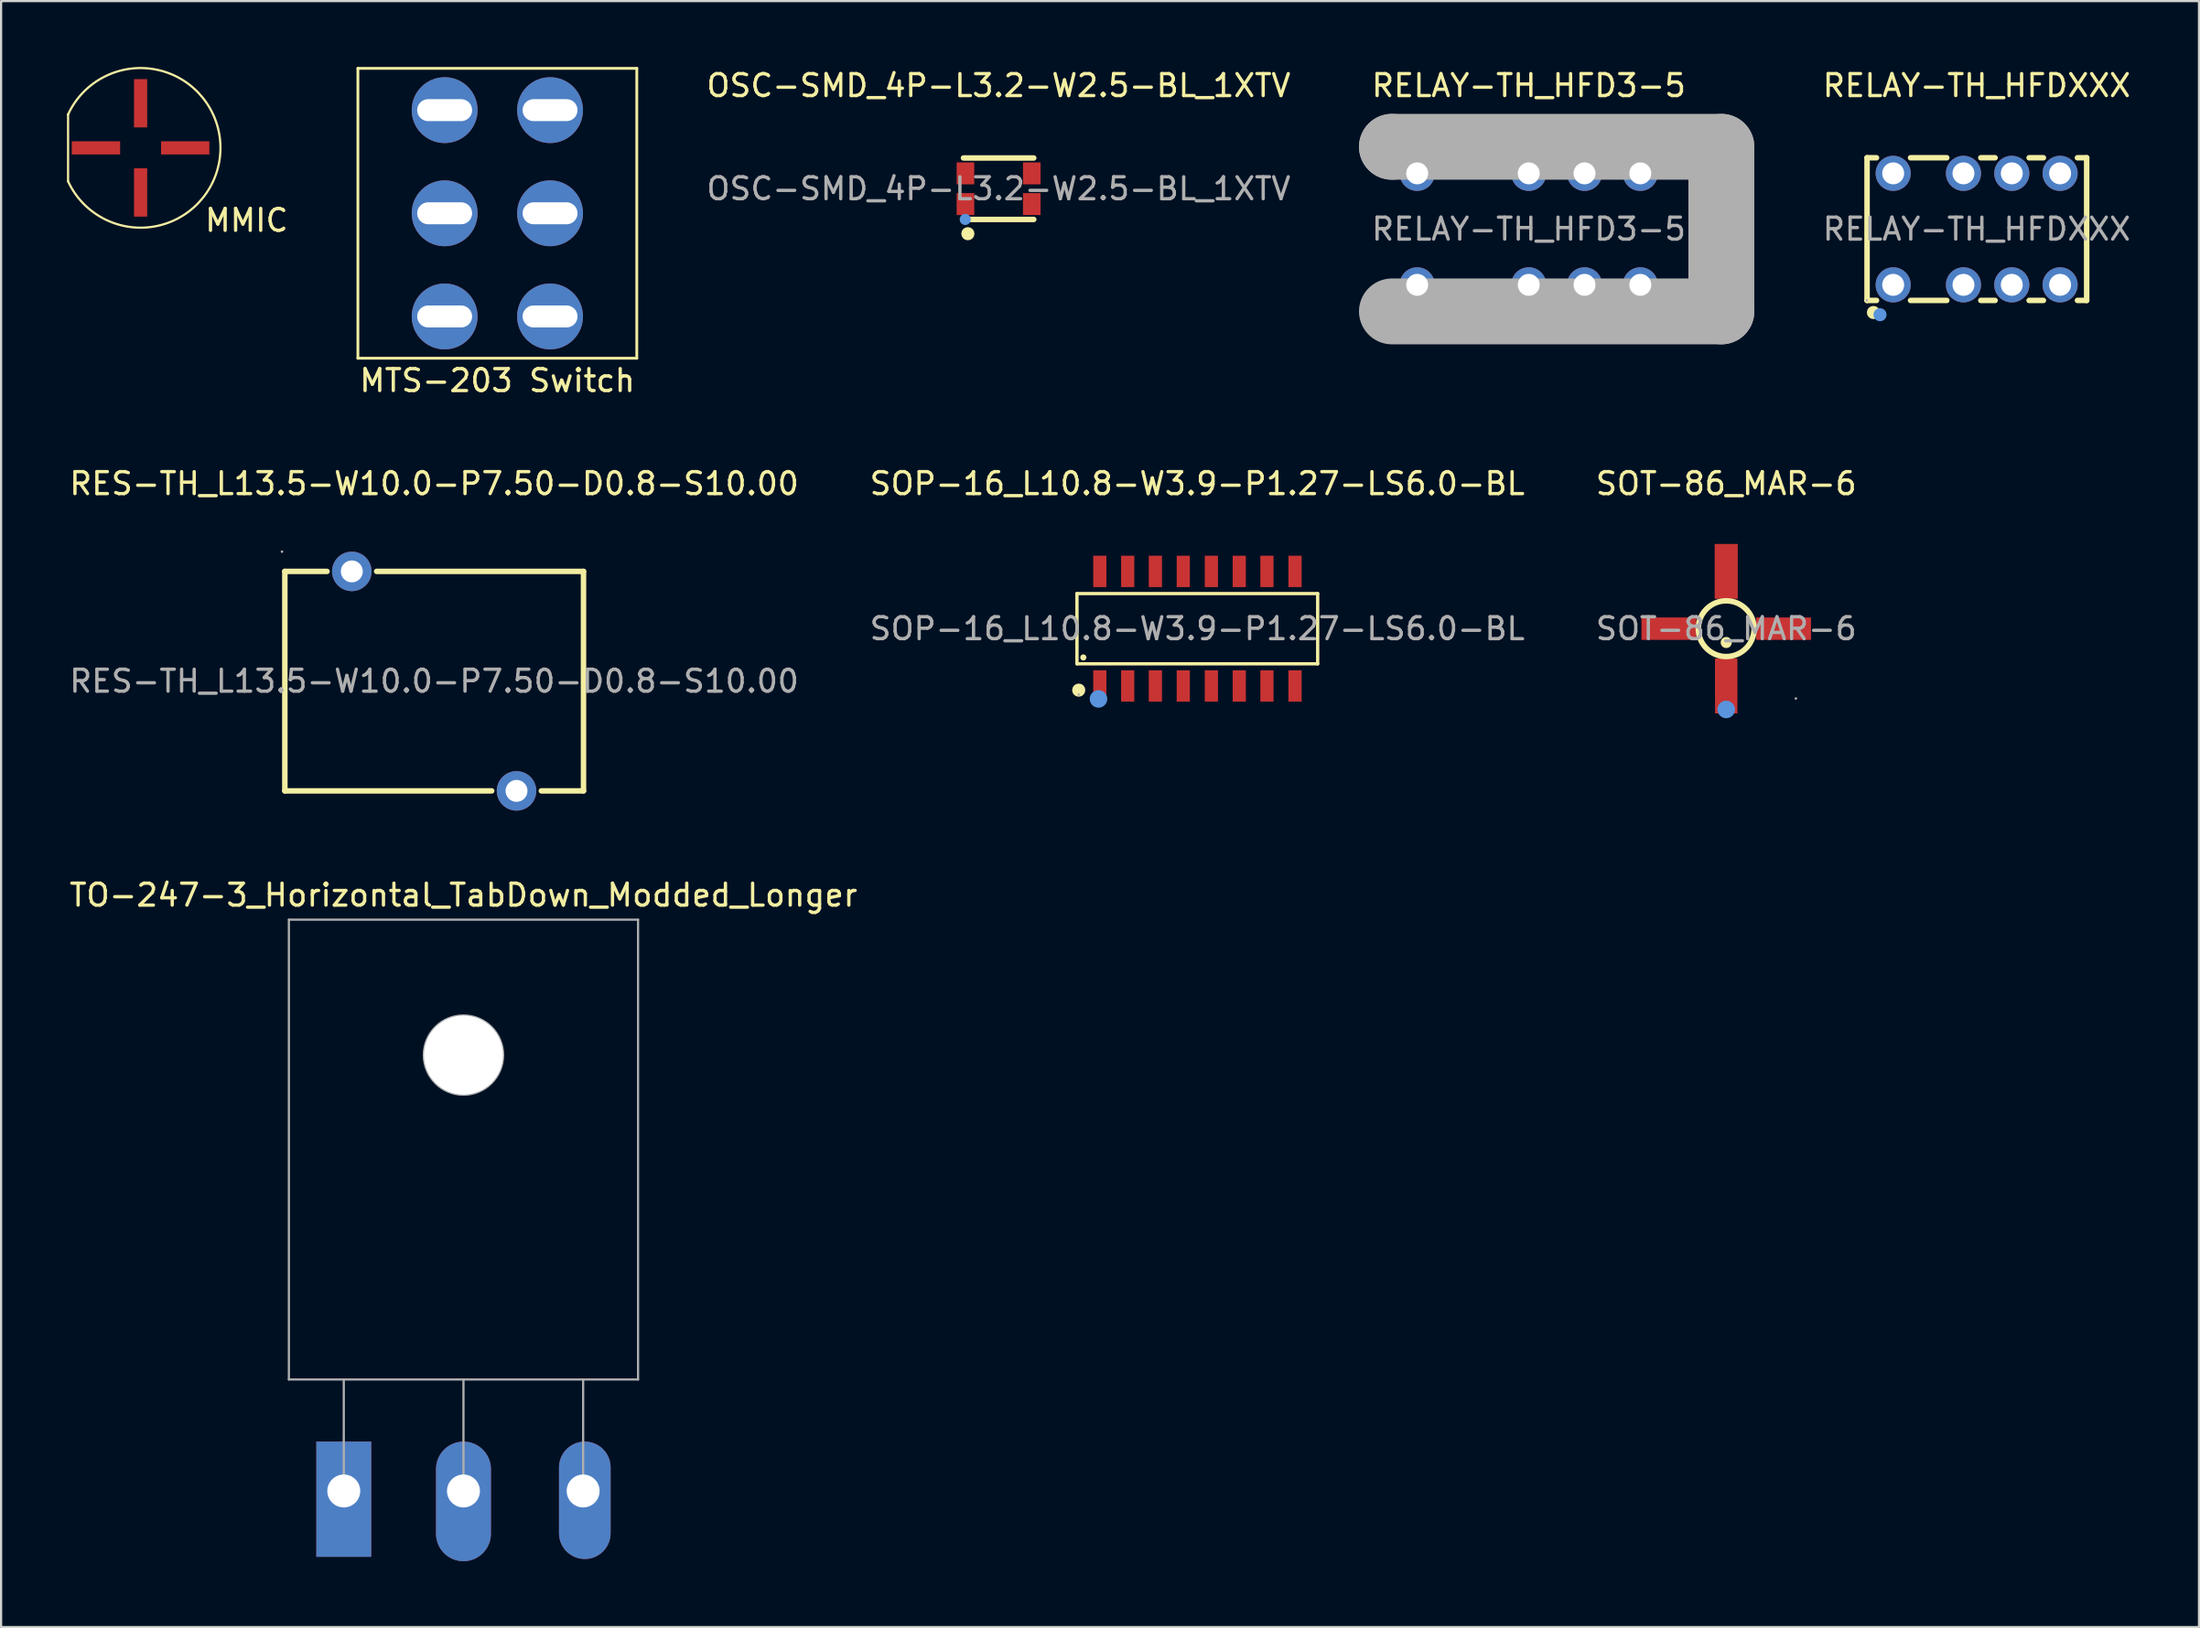
<source format=kicad_pcb>
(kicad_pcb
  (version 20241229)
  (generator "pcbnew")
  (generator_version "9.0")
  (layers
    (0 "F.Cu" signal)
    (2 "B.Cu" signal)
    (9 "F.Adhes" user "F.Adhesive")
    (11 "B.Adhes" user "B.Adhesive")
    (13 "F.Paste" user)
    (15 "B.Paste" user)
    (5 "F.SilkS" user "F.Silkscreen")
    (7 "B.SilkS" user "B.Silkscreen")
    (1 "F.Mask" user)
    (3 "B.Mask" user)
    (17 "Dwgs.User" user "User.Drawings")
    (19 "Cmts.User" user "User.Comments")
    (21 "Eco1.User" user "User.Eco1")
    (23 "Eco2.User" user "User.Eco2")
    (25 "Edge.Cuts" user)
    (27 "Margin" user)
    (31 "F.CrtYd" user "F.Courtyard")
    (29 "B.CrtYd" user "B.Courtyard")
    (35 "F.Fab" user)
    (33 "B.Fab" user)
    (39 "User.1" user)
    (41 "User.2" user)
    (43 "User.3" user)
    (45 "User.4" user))
  (footprint "MMIC"
    (layer "F.Cu")
    (at 3.352 3.687)
    (property "Reference" "MMIC" (at 4.826 3.302 0) (layer "F.SilkS") (effects (font (size 1 1) (thickness 0.15))))
    (attr through_hole)
    (fp_line (start -3.302 -1.524) (end -3.302 1.524) (stroke (width 0.1) (type default)) (layer "F.SilkS"))
    (fp_arc (start -3.302 -1.524) (mid 3.636727 0) (end -3.302 1.524) (stroke (width 0.1) (type default)) (layer "F.SilkS"))
    (pad "1" smd rect (at -2.032 0 90) (size 0.6 2.2) (layers "F.Cu" "F.Mask" "F.Paste"))
    (pad "2" smd rect (at 0 2.032) (size 0.6 2.2) (layers "F.Cu" "F.Mask" "F.Paste"))
    (pad "3" smd rect (at 2.032 0 90) (size 0.6 2.2) (layers "F.Cu" "F.Mask" "F.Paste"))
    (pad "4" smd rect (at 0 -2.032) (size 0.6 2.2) (layers "F.Cu" "F.Mask" "F.Paste")))
  (footprint "RES-TH_L13.5-W10.0-P7.50-D0.8-S10.00"
    (layer "F.Cu")
    (at 16.72 27.984)
    (property "Reference" "RES-TH_L13.5-W10.0-P7.50-D0.8-S10.00" (at 0 -9 0) (layer "F.SilkS") (effects (font (size 1 1) (thickness 0.15))))
    (attr through_hole)
    (fp_line (start -6.8 -5) (end -6.8 5) (stroke (width 0.25) (type solid)) (layer "F.SilkS"))
    (fp_line (start -6.8 -5) (end -4.88 -5) (stroke (width 0.25) (type solid)) (layer "F.SilkS"))
    (fp_line (start -6.8 5) (end 2.62 5) (stroke (width 0.25) (type solid)) (layer "F.SilkS"))
    (fp_line (start -2.62 -5) (end 6.8 -5) (stroke (width 0.25) (type solid)) (layer "F.SilkS"))
    (fp_line (start 4.88 5) (end 6.8 5) (stroke (width 0.25) (type solid)) (layer "F.SilkS"))
    (fp_line (start 6.8 -5) (end 6.8 5) (stroke (width 0.25) (type solid)) (layer "F.SilkS"))
    (fp_circle (center -6.93 -5.9) (end -6.9 -5.9) (stroke (width 0.06) (type solid)) (fill no) (layer "F.Fab"))
    (fp_circle (center -3.75 -5) (end -3.55 -5) (stroke (width 0.4) (type solid)) (fill no) (layer "F.Fab"))
    (fp_circle (center 3.75 5) (end 3.95 5) (stroke (width 0.4) (type solid)) (fill no) (layer "F.Fab"))
    (fp_text user "${REFERENCE}" (at 0 0 0) (layer "F.Fab") (effects (font (size 1 1) (thickness 0.15))))
    (pad "1" thru_hole circle (at -3.75 -5) (size 1.8 1.8) (drill 1) (layers "*.Cu" "*.Mask"))
    (pad "2" thru_hole circle (at 3.75 5) (size 1.8 1.8) (drill 1) (layers "*.Cu" "*.Mask")))
  (footprint "MTS-203 Switch"
    (layer "F.Cu")
    (at 19.597 6.668)
    (property "Reference" "MTS-203 Switch" (at 0 7.62 0) (layer "F.SilkS") (effects (font (size 1 1) (thickness 0.15))))
    (attr through_hole)
    (fp_line (start -6.35 -6.604) (end 6.35 -6.604) (stroke (width 0.127) (type solid)) (layer "F.SilkS"))
    (fp_line (start -6.35 6.604) (end -6.35 -6.604) (stroke (width 0.127) (type solid)) (layer "F.SilkS"))
    (fp_line (start 6.35 -6.604) (end 6.35 6.604) (stroke (width 0.127) (type solid)) (layer "F.SilkS"))
    (fp_line (start 6.35 6.604) (end -6.35 6.604) (stroke (width 0.127) (type solid)) (layer "F.SilkS"))
    (pad "1" thru_hole circle (at -2.4 -4.7) (size 3 3) (drill oval 2.5 1) (layers "*.Cu" "*.Mask"))
    (pad "2" thru_hole circle (at -2.4 0) (size 3 3) (drill oval 2.5 1) (layers "*.Cu" "*.Mask"))
    (pad "3" thru_hole circle (at -2.4 4.7) (size 3 3) (drill oval 2.5 1) (layers "*.Cu" "*.Mask"))
    (pad "4" thru_hole circle (at 2.4 -4.7) (size 3 3) (drill oval 2.5 1) (layers "*.Cu" "*.Mask"))
    (pad "5" thru_hole circle (at 2.4 0) (size 3 3) (drill oval 2.5 1) (layers "*.Cu" "*.Mask"))
    (pad "6" thru_hole circle (at 2.4 4.7) (size 3 3) (drill oval 2.5 1) (layers "*.Cu" "*.Mask")))
  (footprint "SOP-16_L10.8-W3.9-P1.27-LS6.0-BL"
    (layer "F.Cu")
    (at 51.47 25.594)
    (property "Reference" "SOP-16_L10.8-W3.9-P1.27-LS6.0-BL" (at 0 -6.61 0) (layer "F.SilkS") (effects (font (size 1 1) (thickness 0.15))))
    (attr through_hole)
    (fp_line (start -5.48 -1.6) (end 5.48 -1.6) (stroke (width 0.15) (type solid)) (layer "F.SilkS"))
    (fp_line (start -5.48 1.6) (end -5.48 -1.6) (stroke (width 0.15) (type solid)) (layer "F.SilkS"))
    (fp_line (start 5.48 -1.6) (end 5.48 1.6) (stroke (width 0.15) (type solid)) (layer "F.SilkS"))
    (fp_line (start 5.48 1.6) (end -5.48 1.6) (stroke (width 0.15) (type solid)) (layer "F.SilkS"))
    (fp_circle (center -5.4 2.8) (end -5.25 2.8) (stroke (width 0.3) (type solid)) (fill no) (layer "F.SilkS"))
    (fp_circle (center -5.19 1.31) (end -5.12 1.31) (stroke (width 0.14) (type solid)) (fill no) (layer "F.SilkS"))
    (fp_circle (center -4.5 3.2) (end -4.3 3.2) (stroke (width 0.4) (type solid)) (fill no) (layer "Cmts.User"))
    (fp_circle (center -5.4 3) (end -5.37 3) (stroke (width 0.06) (type solid)) (fill no) (layer "F.Fab"))
    (fp_text user "${REFERENCE}" (at 0 0 0) (layer "F.Fab") (effects (font (size 1 1) (thickness 0.15))))
    (pad "1" smd rect (at -4.44 2.61) (size 0.6 1.43) (layers "F.Cu" "F.Mask" "F.Paste"))
    (pad "2" smd rect (at -3.17 2.61) (size 0.6 1.43) (layers "F.Cu" "F.Mask" "F.Paste"))
    (pad "3" smd rect (at -1.91 2.61) (size 0.6 1.43) (layers "F.Cu" "F.Mask" "F.Paste"))
    (pad "4" smd rect (at -0.64 2.61) (size 0.6 1.43) (layers "F.Cu" "F.Mask" "F.Paste"))
    (pad "5" smd rect (at 0.64 2.61) (size 0.6 1.43) (layers "F.Cu" "F.Mask" "F.Paste"))
    (pad "6" smd rect (at 1.91 2.61) (size 0.6 1.43) (layers "F.Cu" "F.Mask" "F.Paste"))
    (pad "7" smd rect (at 3.17 2.61) (size 0.6 1.43) (layers "F.Cu" "F.Mask" "F.Paste"))
    (pad "8" smd rect (at 4.45 2.61) (size 0.6 1.43) (layers "F.Cu" "F.Mask" "F.Paste"))
    (pad "9" smd rect (at 4.45 -2.61) (size 0.6 1.43) (layers "F.Cu" "F.Mask" "F.Paste"))
    (pad "10" smd rect (at 3.17 -2.61) (size 0.6 1.43) (layers "F.Cu" "F.Mask" "F.Paste"))
    (pad "11" smd rect (at 1.91 -2.61) (size 0.6 1.43) (layers "F.Cu" "F.Mask" "F.Paste"))
    (pad "12" smd rect (at 0.64 -2.61) (size 0.6 1.43) (layers "F.Cu" "F.Mask" "F.Paste"))
    (pad "13" smd rect (at -0.64 -2.61) (size 0.6 1.43) (layers "F.Cu" "F.Mask" "F.Paste"))
    (pad "14" smd rect (at -1.91 -2.61) (size 0.6 1.43) (layers "F.Cu" "F.Mask" "F.Paste"))
    (pad "15" smd rect (at -3.17 -2.61) (size 0.6 1.43) (layers "F.Cu" "F.Mask" "F.Paste"))
    (pad "16" smd rect (at -4.44 -2.61) (size 0.6 1.43) (layers "F.Cu" "F.Mask" "F.Paste")))
  (footprint "RELAY-TH_HFDXXX"
    (layer "F.Cu")
    (at 86.957 7.388)
    (property "Reference" "RELAY-TH_HFDXXX" (at 0 -6.54 0) (layer "F.SilkS") (effects (font (size 1 1) (thickness 0.15))))
    (attr through_hole)
    (fp_line (start -4.99 3.25) (end -4.99 -3.25) (stroke (width 0.25) (type solid)) (layer "F.SilkS"))
    (fp_line (start -4.56 -3.25) (end -4.99 -3.25) (stroke (width 0.25) (type solid)) (layer "F.SilkS"))
    (fp_line (start -4.56 3.25) (end -4.99 3.25) (stroke (width 0.25) (type solid)) (layer "F.SilkS"))
    (fp_line (start -1.36 -3.25) (end -3.01 -3.25) (stroke (width 0.25) (type solid)) (layer "F.SilkS"))
    (fp_line (start -1.36 3.25) (end -3.01 3.25) (stroke (width 0.25) (type solid)) (layer "F.SilkS"))
    (fp_line (start 0.84 -3.25) (end 0.19 -3.25) (stroke (width 0.25) (type solid)) (layer "F.SilkS"))
    (fp_line (start 0.84 3.25) (end 0.19 3.25) (stroke (width 0.25) (type solid)) (layer "F.SilkS"))
    (fp_line (start 3.04 -3.25) (end 2.39 -3.25) (stroke (width 0.25) (type solid)) (layer "F.SilkS"))
    (fp_line (start 3.04 3.25) (end 2.39 3.25) (stroke (width 0.25) (type solid)) (layer "F.SilkS"))
    (fp_line (start 5.01 -3.25) (end 4.59 -3.25) (stroke (width 0.25) (type solid)) (layer "F.SilkS"))
    (fp_line (start 5.01 -3.25) (end 5.01 3.25) (stroke (width 0.25) (type solid)) (layer "F.SilkS"))
    (fp_line (start 5.01 3.25) (end 4.59 3.25) (stroke (width 0.25) (type solid)) (layer "F.SilkS"))
    (fp_circle (center -4.7 3.8) (end -4.55 3.8) (stroke (width 0.3) (type solid)) (fill no) (layer "F.SilkS"))
    (fp_circle (center -4.4 3.9) (end -4.25 3.9) (stroke (width 0.3) (type solid)) (fill no) (layer "Cmts.User"))
    (fp_circle (center -5 3.25) (end -4.97 3.25) (stroke (width 0.06) (type solid)) (fill no) (layer "F.Fab"))
    (fp_text user "${REFERENCE}" (at 0 0 0) (layer "F.Fab") (effects (font (size 1 1) (thickness 0.15))))
    (pad "1" thru_hole circle (at -3.8 2.54) (size 1.6 1.6) (drill 1) (layers "*.Cu" "*.Mask"))
    (pad "2" thru_hole circle (at -0.6 2.54) (size 1.6 1.6) (drill 1) (layers "*.Cu" "*.Mask"))
    (pad "3" thru_hole circle (at 1.6 2.54) (size 1.6 1.6) (drill 1) (layers "*.Cu" "*.Mask"))
    (pad "4" thru_hole circle (at 3.8 2.54) (size 1.6 1.6) (drill 1) (layers "*.Cu" "*.Mask"))
    (pad "5" thru_hole circle (at 3.8 -2.54) (size 1.6 1.6) (drill 1) (layers "*.Cu" "*.Mask"))
    (pad "6" thru_hole circle (at 1.6 -2.54) (size 1.6 1.6) (drill 1) (layers "*.Cu" "*.Mask"))
    (pad "7" thru_hole circle (at -0.6 -2.54) (size 1.6 1.6) (drill 1) (layers "*.Cu" "*.Mask"))
    (pad "8" thru_hole circle (at -3.8 -2.54) (size 1.6 1.6) (drill 1) (layers "*.Cu" "*.Mask")))
  (footprint "RELAY-TH_HFD3-5"
    (layer "F.Cu")
    (at 66.562 7.388)
    (property "Reference" "RELAY-TH_HFD3-5" (at 0 -6.54 0) (layer "F.SilkS") (effects (font (size 1 1) (thickness 0.15))))
    (attr through_hole)
    (fp_line (start -6.23 -3.75) (end -6.23 -3.75) (stroke (width 3) (type solid)) (layer "F.Fab"))
    (fp_line (start -6.23 -3.75) (end 8.77 -3.75) (stroke (width 3) (type solid)) (layer "F.Fab"))
    (fp_line (start 8.77 -3.75) (end 8.77 3.75) (stroke (width 3) (type solid)) (layer "F.Fab"))
    (fp_line (start 8.77 3.75) (end -6.23 3.75) (stroke (width 3) (type solid)) (layer "F.Fab"))
    (fp_circle (center -6.36 3.88) (end -6.33 3.88) (stroke (width 0.06) (type solid)) (fill no) (layer "F.Fab"))
    (fp_text user "${REFERENCE}" (at 0 0 0) (layer "F.Fab") (effects (font (size 1 1) (thickness 0.15))))
    (pad "1" thru_hole circle (at -5.08 2.54) (size 1.6 1.6) (drill 1) (layers "*.Cu" "*.Mask"))
    (pad "3" thru_hole circle (at 0 2.54) (size 1.6 1.6) (drill 1) (layers "*.Cu" "*.Mask"))
    (pad "4" thru_hole circle (at 2.54 2.54) (size 1.6 1.6) (drill 1) (layers "*.Cu" "*.Mask"))
    (pad "5" thru_hole circle (at 5.08 2.54) (size 1.6 1.6) (drill 1) (layers "*.Cu" "*.Mask"))
    (pad "8" thru_hole circle (at 5.08 -2.54) (size 1.6 1.6) (drill 1) (layers "*.Cu" "*.Mask"))
    (pad "9" thru_hole circle (at 2.54 -2.54) (size 1.6 1.6) (drill 1) (layers "*.Cu" "*.Mask"))
    (pad "10" thru_hole circle (at 0 -2.54) (size 1.6 1.6) (drill 1) (layers "*.Cu" "*.Mask"))
    (pad "12" thru_hole circle (at -5.08 -2.54) (size 1.6 1.6) (drill 1) (layers "*.Cu" "*.Mask")))
  (footprint "TO-247-3_Horizontal_TabDown_Modded_Longer"
    (layer "F.Cu")
    (at 12.604 64.882)
    (property "Reference" "TO-247-3_Horizontal_TabDown_Modded_Longer" (at 5.45 -27.15 0) (layer "F.SilkS") (effects (font (size 1 1) (thickness 0.15))))
    (attr through_hole exclude_from_pos_files)
    (fp_line (start -2.5 -26.03) (end 13.4 -26.03) (stroke (width 0.1) (type solid)) (layer "F.Fab"))
    (fp_line (start -2.5 -5.08) (end -2.5 -26.03) (stroke (width 0.1) (type solid)) (layer "F.Fab"))
    (fp_line (start 0 -5.08) (end 0 0) (stroke (width 0.1) (type solid)) (layer "F.Fab"))
    (fp_line (start 5.45 -5.08) (end 5.45 0) (stroke (width 0.1) (type solid)) (layer "F.Fab"))
    (fp_line (start 10.9 -5.08) (end 10.9 0) (stroke (width 0.1) (type solid)) (layer "F.Fab"))
    (fp_line (start 13.4 -26.03) (end 13.4 -5.08) (stroke (width 0.1) (type solid)) (layer "F.Fab"))
    (fp_line (start 13.4 -5.08) (end -2.5 -5.08) (stroke (width 0.1) (type solid)) (layer "F.Fab"))
    (fp_circle (center 5.45 -19.86) (end 7.255 -19.86) (stroke (width 0.1) (type solid)) (fill no) (layer "F.Fab"))
    (pad "" np_thru_hole oval (at 5.45 -19.86) (size 3.6 3.6) (drill 3.6) (layers "*.Cu" "*.Mask"))
    (pad "1" thru_hole rect (at 0 0) (size 2.5 5.25) (drill 1.5 (offset 0 0.375)) (layers "*.Cu" "*.Mask"))
    (pad "2" thru_hole oval (at 5.45 0) (size 2.5 5.45) (drill 1.5 (offset 0 0.475)) (layers "*.Cu" "*.Mask"))
    (pad "3" thru_hole oval (at 10.9 0) (size 2.35 5.35) (drill 1.5 (offset 0.075 0.425)) (layers "*.Cu" "*.Mask")))
  (footprint "OSC-SMD_4P-L3.2-W2.5-BL_1XTV"
    (layer "F.Cu")
    (at 42.422 5.548)
    (property "Reference" "OSC-SMD_4P-L3.2-W2.5-BL_1XTV" (at 0 -4.7 0) (layer "F.SilkS") (effects (font (size 1 1) (thickness 0.15))))
    (attr smd)
    (fp_line (start -1.6 -1.4) (end 1.6 -1.4) (stroke (width 0.25) (type solid)) (layer "F.SilkS"))
    (fp_line (start -1.6 1.4) (end 1.6 1.4) (stroke (width 0.25) (type solid)) (layer "F.SilkS"))
    (fp_arc (start -1.4 2.05) (mid -1.4 2.05) (end -1.4 2.05) (stroke (width 0.3) (type solid)) (layer "F.SilkS"))
    (fp_circle (center -1.52 1.4) (end -1.39 1.4) (stroke (width 0.25) (type solid)) (fill no) (layer "Cmts.User"))
    (fp_circle (center -1.6 1.25) (end -1.57 1.25) (stroke (width 0.06) (type solid)) (fill no) (layer "F.Fab"))
    (fp_text user "${REFERENCE}" (at 0 0 0) (layer "F.Fab") (effects (font (size 1 1) (thickness 0.15))))
    (pad "1" smd rect (at -1.51 0.7 180) (size 0.8 1) (layers "F.Cu" "F.Mask" "F.Paste"))
    (pad "2" smd rect (at 1.51 0.7 180) (size 0.8 1) (layers "F.Cu" "F.Mask" "F.Paste"))
    (pad "3" smd rect (at 1.51 -0.7 180) (size 0.8 1) (layers "F.Cu" "F.Mask" "F.Paste"))
    (pad "4" smd rect (at -1.51 -0.7 180) (size 0.8 1) (layers "F.Cu" "F.Mask" "F.Paste")))
  (footprint "SOT-86_MAR-6"
    (layer "F.Cu")
    (at 75.554 25.594)
    (property "Reference" "SOT-86_MAR-6" (at 0 -6.61 0) (layer "F.SilkS") (effects (font (size 1 1) (thickness 0.15))))
    (attr smd)
    (fp_circle (center 0 0) (end 1.27 0) (stroke (width 0.25) (type solid)) (fill no) (layer "F.SilkS"))
    (fp_circle (center 0 0.63) (end 0.13 0.63) (stroke (width 0.25) (type solid)) (fill no) (layer "F.SilkS"))
    (fp_circle (center 0 3.68) (end 0.2 3.68) (stroke (width 0.4) (type solid)) (fill no) (layer "Cmts.User"))
    (fp_circle (center 3.17 3.18) (end 3.2 3.18) (stroke (width 0.06) (type solid)) (fill no) (layer "F.Fab"))
    (fp_text user "${REFERENCE}" (at 0 0 0) (layer "F.Fab") (effects (font (size 1 1) (thickness 0.15))))
    (pad "1" smd rect (at 0 2.61) (size 1.02 2.5) (layers "F.Cu" "F.Mask" "F.Paste"))
    (pad "2" smd rect (at 2.61 0) (size 2.5 1.02) (layers "F.Cu" "F.Mask" "F.Paste"))
    (pad "3" smd rect (at 0 -2.61) (size 1.05 2.5) (layers "F.Cu" "F.Mask" "F.Paste"))
    (pad "4" smd rect (at -2.61 0) (size 2.5 1.02) (layers "F.Cu" "F.Mask" "F.Paste")))
  (gr_rect
    (start -3 -3)
    (end 97.082 71.082)
    (stroke (width 0.1) (type default))
    (fill no)
    (layer "Edge.Cuts")))
</source>
